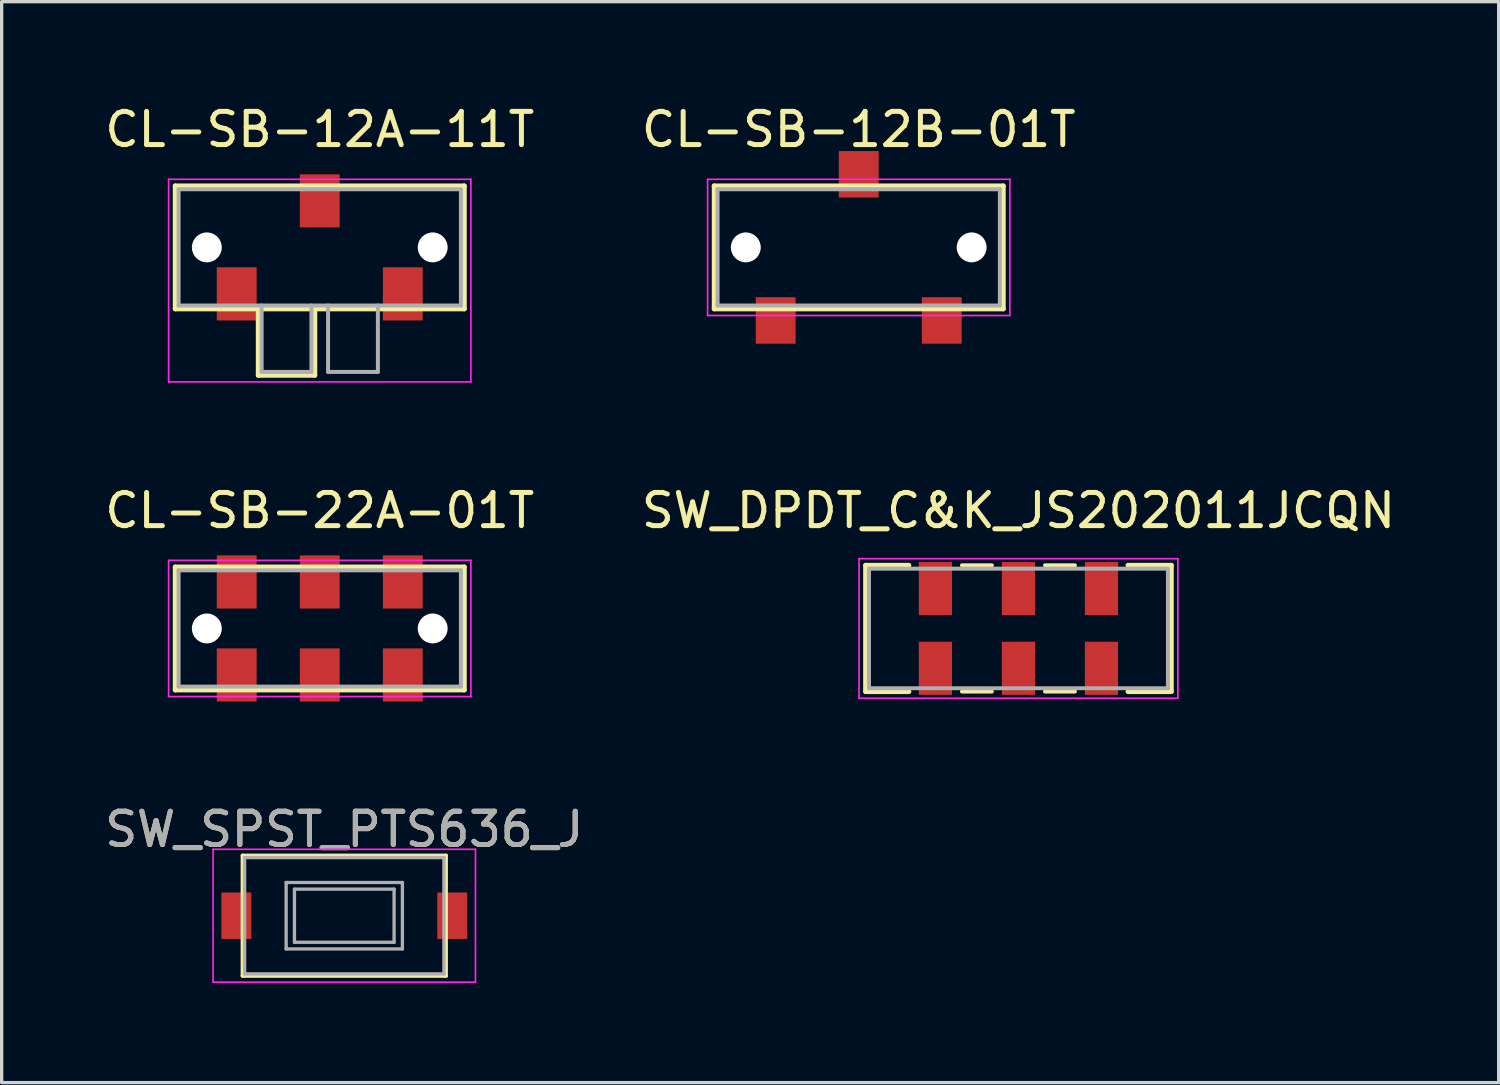
<source format=kicad_pcb>
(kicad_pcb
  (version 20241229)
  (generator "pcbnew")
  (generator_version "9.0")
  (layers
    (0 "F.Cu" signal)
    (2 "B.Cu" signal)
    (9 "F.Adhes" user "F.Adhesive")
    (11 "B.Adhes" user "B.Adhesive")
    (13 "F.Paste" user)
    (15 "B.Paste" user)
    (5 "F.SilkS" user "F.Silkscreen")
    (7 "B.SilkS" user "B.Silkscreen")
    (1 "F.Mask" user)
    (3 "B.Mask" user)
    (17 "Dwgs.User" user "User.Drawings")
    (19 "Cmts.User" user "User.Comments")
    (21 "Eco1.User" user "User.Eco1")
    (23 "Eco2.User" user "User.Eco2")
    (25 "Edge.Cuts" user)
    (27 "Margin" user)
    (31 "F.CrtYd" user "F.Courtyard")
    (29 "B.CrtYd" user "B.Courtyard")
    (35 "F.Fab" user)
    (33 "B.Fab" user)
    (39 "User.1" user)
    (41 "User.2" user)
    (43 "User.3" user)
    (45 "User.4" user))
  (footprint "SW_DPDT_C&K_JS202011JCQN"
    (layer "F.Cu")
    (at 27.613 15.871)
    (property "Reference" "SW_DPDT_C&K_JS202011JCQN" (at 0 -3.55 0) (layer "F.SilkS") (effects (font (size 1 1) (thickness 0.15))))
    (attr smd)
    (fp_line (start -4.6 -1.9) (end -4.6 1.9) (stroke (width 0.15) (type solid)) (layer "F.SilkS"))
    (fp_line (start -4.6 -1.9) (end -3.3 -1.9) (stroke (width 0.15) (type solid)) (layer "F.SilkS"))
    (fp_line (start -4.6 1.9) (end -3.3 1.9) (stroke (width 0.15) (type solid)) (layer "F.SilkS"))
    (fp_line (start -1.7 -1.9) (end -0.8 -1.9) (stroke (width 0.12) (type solid)) (layer "F.SilkS"))
    (fp_line (start -1.7 1.9) (end -0.8 1.9) (stroke (width 0.12) (type solid)) (layer "F.SilkS"))
    (fp_line (start 0.8 -1.9) (end 1.7 -1.9) (stroke (width 0.12) (type solid)) (layer "F.SilkS"))
    (fp_line (start 0.8 1.9) (end 1.7 1.9) (stroke (width 0.12) (type solid)) (layer "F.SilkS"))
    (fp_line (start 3.3 -1.9) (end 4.6 -1.9) (stroke (width 0.15) (type solid)) (layer "F.SilkS"))
    (fp_line (start 3.3 1.9) (end 4.6 1.9) (stroke (width 0.15) (type solid)) (layer "F.SilkS"))
    (fp_line (start 4.6 -1.9) (end 4.6 1.9) (stroke (width 0.15) (type solid)) (layer "F.SilkS"))
    (fp_line (start -4.8 -2.1) (end -4.8 2.1) (stroke (width 0.05) (type solid)) (layer "F.CrtYd"))
    (fp_line (start 4.8 -2.1) (end -4.8 -2.1) (stroke (width 0.05) (type solid)) (layer "F.CrtYd"))
    (fp_line (start 4.8 2.1) (end -4.8 2.1) (stroke (width 0.05) (type solid)) (layer "F.CrtYd"))
    (fp_line (start 4.8 2.1) (end 4.8 -2.1) (stroke (width 0.05) (type solid)) (layer "F.CrtYd"))
    (fp_line (start -4.5 -1.8) (end -4.5 1.8) (stroke (width 0.12) (type solid)) (layer "F.Fab"))
    (fp_line (start -4.5 -1.8) (end 4.5 -1.8) (stroke (width 0.12) (type solid)) (layer "F.Fab"))
    (fp_line (start -4.5 1.8) (end 4.5 1.8) (stroke (width 0.12) (type solid)) (layer "F.Fab"))
    (fp_line (start 4.5 -1.8) (end 4.5 1.8) (stroke (width 0.12) (type solid)) (layer "F.Fab"))
    (pad "1" smd rect (at -2.5 1.2) (size 1 1.6) (layers "F.Cu" "F.Mask" "F.Paste"))
    (pad "2" smd rect (at 0 1.2) (size 1 1.6) (layers "F.Cu" "F.Mask" "F.Paste"))
    (pad "3" smd rect (at 2.5 1.2) (size 1 1.6) (layers "F.Cu" "F.Mask" "F.Paste"))
    (pad "4" smd rect (at -2.5 -1.2) (size 1 1.6) (layers "F.Cu" "F.Mask" "F.Paste"))
    (pad "5" smd rect (at 0 -1.2) (size 1 1.6) (layers "F.Cu" "F.Mask" "F.Paste"))
    (pad "6" smd rect (at 2.5 -1.2) (size 1 1.6) (layers "F.Cu" "F.Mask" "F.Paste")))
  (footprint "CL-SB-22A-01T"
    (layer "F.Cu")
    (at 6.577 15.871)
    (property "Reference" "CL-SB-22A-01T" (at 0 -3.55 0) (layer "F.SilkS") (effects (font (size 1 1) (thickness 0.15))))
    (attr smd)
    (fp_line (start -4.35 -1.85) (end -4.35 1.85) (stroke (width 0.15) (type solid)) (layer "F.SilkS"))
    (fp_line (start -4.35 -1.85) (end 4.35 -1.85) (stroke (width 0.15) (type solid)) (layer "F.SilkS"))
    (fp_line (start -4.35 1.85) (end 4.35 1.85) (stroke (width 0.15) (type solid)) (layer "F.SilkS"))
    (fp_line (start 4.35 -1.85) (end 4.35 1.85) (stroke (width 0.15) (type solid)) (layer "F.SilkS"))
    (fp_line (start -4.55 -2.05) (end -4.55 2.05) (stroke (width 0.05) (type solid)) (layer "F.CrtYd"))
    (fp_line (start 4.55 -2.05) (end -4.55 -2.05) (stroke (width 0.05) (type solid)) (layer "F.CrtYd"))
    (fp_line (start 4.55 2.05) (end -4.55 2.05) (stroke (width 0.05) (type solid)) (layer "F.CrtYd"))
    (fp_line (start 4.55 2.05) (end 4.55 -2.05) (stroke (width 0.05) (type solid)) (layer "F.CrtYd"))
    (fp_line (start -4.25 -1.75) (end -4.25 1.75) (stroke (width 0.12) (type solid)) (layer "F.Fab"))
    (fp_line (start -4.25 -1.75) (end 4.25 -1.75) (stroke (width 0.12) (type solid)) (layer "F.Fab"))
    (fp_line (start -4.25 1.75) (end 4.25 1.75) (stroke (width 0.12) (type solid)) (layer "F.Fab"))
    (fp_line (start 4.25 -1.75) (end 4.25 1.75) (stroke (width 0.12) (type solid)) (layer "F.Fab"))
    (pad "" np_thru_hole circle (at -3.4 0) (size 0.9 0.9) (drill 0.9) (layers "*.Cu" "*.Mask"))
    (pad "" np_thru_hole circle (at 3.4 0) (size 0.9 0.9) (drill 0.9) (layers "*.Cu" "*.Mask"))
    (pad "1" smd rect (at -2.5 1.4) (size 1.2 1.6) (layers "F.Cu" "F.Mask" "F.Paste"))
    (pad "2" smd rect (at 0 1.4) (size 1.2 1.6) (layers "F.Cu" "F.Mask" "F.Paste"))
    (pad "3" smd rect (at 2.5 1.4) (size 1.2 1.6) (layers "F.Cu" "F.Mask" "F.Paste"))
    (pad "4" smd rect (at -2.5 -1.4) (size 1.2 1.6) (layers "F.Cu" "F.Mask" "F.Paste"))
    (pad "5" smd rect (at 0 -1.4) (size 1.2 1.6) (layers "F.Cu" "F.Mask" "F.Paste"))
    (pad "6" smd rect (at 2.5 -1.4) (size 1.2 1.6) (layers "F.Cu" "F.Mask" "F.Paste")))
  (footprint "CL-SB-12A-11T"
    (layer "F.Cu")
    (at 6.577 4.398)
    (property "Reference" "CL-SB-12A-11T" (at 0 -3.55 0) (layer "F.SilkS") (effects (font (size 1 1) (thickness 0.15))))
    (attr smd)
    (fp_line (start -4.35 -1.85) (end -4.35 1.85) (stroke (width 0.15) (type solid)) (layer "F.SilkS"))
    (fp_line (start -4.35 -1.85) (end 4.35 -1.85) (stroke (width 0.15) (type solid)) (layer "F.SilkS"))
    (fp_line (start -4.35 1.85) (end 4.35 1.85) (stroke (width 0.15) (type solid)) (layer "F.SilkS"))
    (fp_line (start -1.85 1.85) (end -1.85 3.85) (stroke (width 0.15) (type solid)) (layer "F.SilkS"))
    (fp_line (start -1.85 3.85) (end -0.15 3.85) (stroke (width 0.15) (type solid)) (layer "F.SilkS"))
    (fp_line (start -0.15 1.85) (end -0.15 3.85) (stroke (width 0.15) (type solid)) (layer "F.SilkS"))
    (fp_line (start 4.35 -1.85) (end 4.35 1.85) (stroke (width 0.15) (type solid)) (layer "F.SilkS"))
    (fp_line (start -4.55 -2.05) (end -4.55 4.05) (stroke (width 0.05) (type solid)) (layer "F.CrtYd"))
    (fp_line (start 4.55 -2.05) (end -4.55 -2.05) (stroke (width 0.05) (type solid)) (layer "F.CrtYd"))
    (fp_line (start 4.55 4.05) (end -4.55 4.05) (stroke (width 0.05) (type solid)) (layer "F.CrtYd"))
    (fp_line (start 4.55 4.05) (end 4.55 -2.05) (stroke (width 0.05) (type solid)) (layer "F.CrtYd"))
    (fp_line (start -4.25 -1.75) (end -4.25 1.75) (stroke (width 0.12) (type solid)) (layer "F.Fab"))
    (fp_line (start -4.25 -1.75) (end 4.25 -1.75) (stroke (width 0.12) (type solid)) (layer "F.Fab"))
    (fp_line (start -4.25 1.75) (end 4.25 1.75) (stroke (width 0.12) (type solid)) (layer "F.Fab"))
    (fp_line (start -1.75 1.75) (end -1.75 3.75) (stroke (width 0.12) (type solid)) (layer "F.Fab"))
    (fp_line (start -1.75 3.75) (end -0.25 3.75) (stroke (width 0.12) (type solid)) (layer "F.Fab"))
    (fp_line (start -0.25 1.75) (end -0.25 3.75) (stroke (width 0.12) (type solid)) (layer "F.Fab"))
    (fp_line (start 0.25 1.75) (end 0.25 3.75) (stroke (width 0.12) (type solid)) (layer "F.Fab"))
    (fp_line (start 0.25 3.75) (end 1.75 3.75) (stroke (width 0.12) (type solid)) (layer "F.Fab"))
    (fp_line (start 1.75 1.75) (end 1.75 3.75) (stroke (width 0.12) (type solid)) (layer "F.Fab"))
    (fp_line (start 4.25 -1.75) (end 4.25 1.75) (stroke (width 0.12) (type solid)) (layer "F.Fab"))
    (pad "" np_thru_hole circle (at -3.4 0) (size 0.9 0.9) (drill 0.9) (layers "*.Cu" "*.Mask"))
    (pad "" np_thru_hole circle (at 3.4 0) (size 0.9 0.9) (drill 0.9) (layers "*.Cu" "*.Mask"))
    (pad "1" smd rect (at -2.5 1.4) (size 1.2 1.6) (layers "F.Cu" "F.Mask" "F.Paste"))
    (pad "2" smd rect (at 0 -1.4) (size 1.2 1.6) (layers "F.Cu" "F.Mask" "F.Paste"))
    (pad "3" smd rect (at 2.5 1.4) (size 1.2 1.6) (layers "F.Cu" "F.Mask" "F.Paste")))
  (footprint "CL-SB-12B-01T"
    (layer "F.Cu")
    (at 22.804 4.398)
    (property "Reference" "CL-SB-12B-01T" (at 0 -3.55 0) (layer "F.SilkS") (effects (font (size 1 1) (thickness 0.15))))
    (attr smd)
    (fp_line (start -4.35 -1.85) (end -4.35 1.85) (stroke (width 0.15) (type solid)) (layer "F.SilkS"))
    (fp_line (start -4.35 -1.85) (end 4.35 -1.85) (stroke (width 0.15) (type solid)) (layer "F.SilkS"))
    (fp_line (start -4.35 1.85) (end 4.35 1.85) (stroke (width 0.15) (type solid)) (layer "F.SilkS"))
    (fp_line (start 4.35 -1.85) (end 4.35 1.85) (stroke (width 0.15) (type solid)) (layer "F.SilkS"))
    (fp_line (start -4.55 -2.05) (end -4.55 2.05) (stroke (width 0.05) (type solid)) (layer "F.CrtYd"))
    (fp_line (start 4.55 -2.05) (end -4.55 -2.05) (stroke (width 0.05) (type solid)) (layer "F.CrtYd"))
    (fp_line (start 4.55 2.05) (end -4.55 2.05) (stroke (width 0.05) (type solid)) (layer "F.CrtYd"))
    (fp_line (start 4.55 2.05) (end 4.55 -2.05) (stroke (width 0.05) (type solid)) (layer "F.CrtYd"))
    (fp_line (start -4.25 -1.75) (end -4.25 1.75) (stroke (width 0.12) (type solid)) (layer "F.Fab"))
    (fp_line (start -4.25 -1.75) (end 4.25 -1.75) (stroke (width 0.12) (type solid)) (layer "F.Fab"))
    (fp_line (start -4.25 1.75) (end 4.25 1.75) (stroke (width 0.12) (type solid)) (layer "F.Fab"))
    (fp_line (start 4.25 -1.75) (end 4.25 1.75) (stroke (width 0.12) (type solid)) (layer "F.Fab"))
    (pad "" np_thru_hole circle (at -3.4 0) (size 0.9 0.9) (drill 0.9) (layers "*.Cu" "*.Mask"))
    (pad "" np_thru_hole circle (at 3.4 0) (size 0.9 0.9) (drill 0.9) (layers "*.Cu" "*.Mask"))
    (pad "1" smd rect (at -2.5 2.2) (size 1.2 1.4) (layers "F.Cu" "F.Mask" "F.Paste"))
    (pad "2" smd rect (at 0 -2.2) (size 1.2 1.4) (layers "F.Cu" "F.Mask" "F.Paste"))
    (pad "3" smd rect (at 2.5 2.2) (size 1.2 1.4) (layers "F.Cu" "F.Mask" "F.Paste")))
  (footprint "SW_SPST_PTS636_J"
    (layer "F.Cu")
    (at 7.315 24.52)
    (property "Reference" "SW_SPST_PTS636_J" (at 0 -2.6 0) (layer "F.SilkS") (effects (font (size 1 1) (thickness 0.15))))
    (attr smd)
    (fp_line (start -3.06 -1.81) (end 3.06 -1.81) (stroke (width 0.12) (type solid)) (layer "F.SilkS"))
    (fp_line (start -3.06 1.81) (end -3.06 -1.81) (stroke (width 0.12) (type solid)) (layer "F.SilkS"))
    (fp_line (start 3.06 -1.81) (end 3.06 1.81) (stroke (width 0.12) (type solid)) (layer "F.SilkS"))
    (fp_line (start 3.06 1.81) (end -3.06 1.81) (stroke (width 0.12) (type solid)) (layer "F.SilkS"))
    (fp_line (start -3.95 -2) (end -3.95 2) (stroke (width 0.05) (type solid)) (layer "F.CrtYd"))
    (fp_line (start -3.95 -2) (end 3.95 -2) (stroke (width 0.05) (type solid)) (layer "F.CrtYd"))
    (fp_line (start -3.95 2) (end 3.95 2) (stroke (width 0.05) (type solid)) (layer "F.CrtYd"))
    (fp_line (start 3.95 -2) (end 3.95 2) (stroke (width 0.05) (type solid)) (layer "F.CrtYd"))
    (fp_line (start -3 -1.75) (end -3 1.75) (stroke (width 0.1) (type solid)) (layer "F.Fab"))
    (fp_line (start -3 -1.75) (end 3 -1.75) (stroke (width 0.1) (type solid)) (layer "F.Fab"))
    (fp_line (start -3 1.75) (end 3 1.75) (stroke (width 0.1) (type solid)) (layer "F.Fab"))
    (fp_line (start -1.75 -1) (end 1.75 -1) (stroke (width 0.1) (type solid)) (layer "F.Fab"))
    (fp_line (start -1.75 1) (end -1.75 -1) (stroke (width 0.1) (type solid)) (layer "F.Fab"))
    (fp_line (start -1.5 -0.8) (end -1.5 0.8) (stroke (width 0.1) (type solid)) (layer "F.Fab"))
    (fp_line (start -1.5 -0.8) (end 1.5 -0.8) (stroke (width 0.1) (type solid)) (layer "F.Fab"))
    (fp_line (start -1.5 0.8) (end 1.5 0.8) (stroke (width 0.1) (type solid)) (layer "F.Fab"))
    (fp_line (start 1.5 -0.8) (end 1.5 0.8) (stroke (width 0.1) (type solid)) (layer "F.Fab"))
    (fp_line (start 1.75 -1) (end 1.75 1) (stroke (width 0.1) (type solid)) (layer "F.Fab"))
    (fp_line (start 1.75 1) (end -1.75 1) (stroke (width 0.1) (type solid)) (layer "F.Fab"))
    (fp_line (start 3 -1.75) (end 3 1.75) (stroke (width 0.1) (type solid)) (layer "F.Fab"))
    (fp_text user "${REFERENCE}" (at 0 -2.6 0) (layer "F.Fab") (effects (font (size 1 1) (thickness 0.15))))
    (pad "1" smd rect (at -3.25 0) (size 0.9 1.4) (layers "F.Cu" "F.Mask" "F.Paste"))
    (pad "2" smd rect (at 3.25 0) (size 0.9 1.4) (layers "F.Cu" "F.Mask" "F.Paste")))
  (gr_rect
    (start -3 -3)
    (end 42.071 29.545)
    (stroke (width 0.1) (type default))
    (fill no)
    (layer "Edge.Cuts")))
</source>
